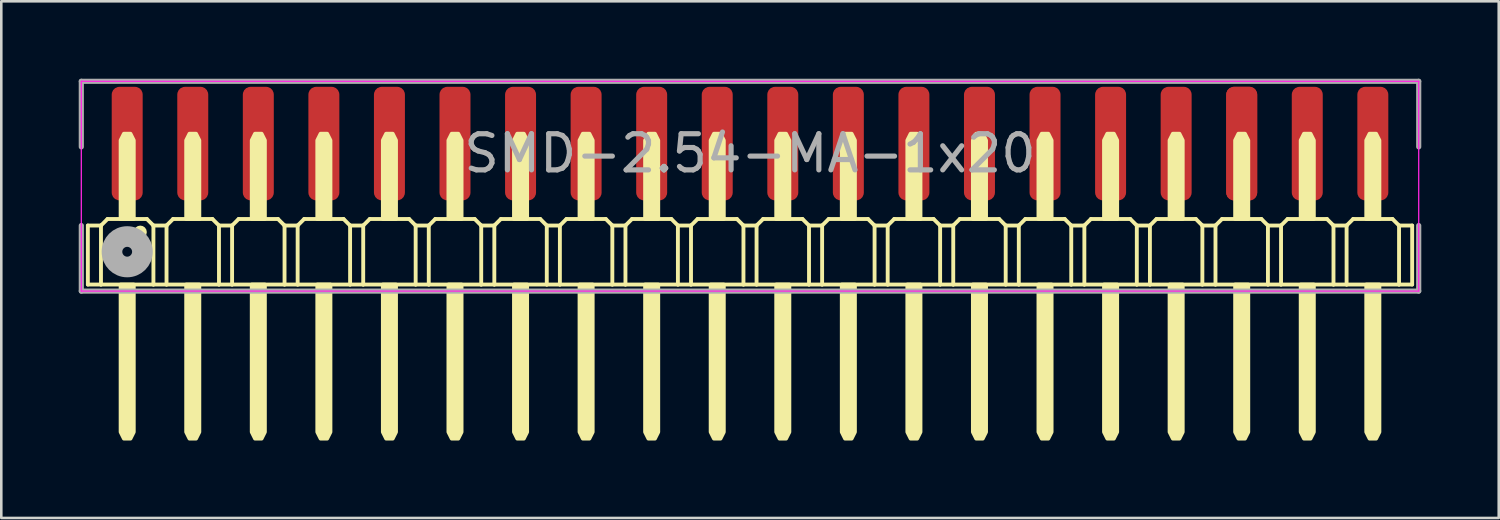
<source format=kicad_pcb>
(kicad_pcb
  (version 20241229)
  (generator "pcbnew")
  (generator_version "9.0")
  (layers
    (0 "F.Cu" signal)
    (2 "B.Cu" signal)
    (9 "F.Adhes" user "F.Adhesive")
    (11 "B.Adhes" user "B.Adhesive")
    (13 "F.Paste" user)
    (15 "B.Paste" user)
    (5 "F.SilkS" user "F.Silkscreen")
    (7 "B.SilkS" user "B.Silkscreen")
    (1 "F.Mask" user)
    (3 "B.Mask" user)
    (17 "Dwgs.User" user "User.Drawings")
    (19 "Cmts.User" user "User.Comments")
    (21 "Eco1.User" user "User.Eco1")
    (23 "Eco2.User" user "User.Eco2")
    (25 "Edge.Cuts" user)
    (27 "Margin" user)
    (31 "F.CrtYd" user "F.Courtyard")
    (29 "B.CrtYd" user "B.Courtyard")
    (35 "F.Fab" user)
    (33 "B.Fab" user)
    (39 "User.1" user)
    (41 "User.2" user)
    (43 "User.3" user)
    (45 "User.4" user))
  (footprint "SMD-2.54-MA-1x20"
    (layer "F.Cu")
    (at 26.008 6.704)
    (property "Reference" "SMD-2.54-MA-1x20" (at 0 -3.81 180) (layer "F.Fab") (effects (font (size 1.4 1.4) (thickness 0.2))))
    (attr through_hole)
    (fp_line (start -25.654 -1.016) (end -25.654 1.27) (stroke (width 0.15) (type solid)) (layer "F.SilkS"))
    (fp_line (start -25.146 -1.016) (end -25.654 -1.016) (stroke (width 0.15) (type solid)) (layer "F.SilkS"))
    (fp_line (start -25.146 -1.016) (end -25.146 1.27) (stroke (width 0.15) (type solid)) (layer "F.SilkS"))
    (fp_line (start -25.146 1.27) (end -25.654 1.27) (stroke (width 0.15) (type solid)) (layer "F.SilkS"))
    (fp_line (start -25.146 1.27) (end -23.114 1.27) (stroke (width 0.15) (type solid)) (layer "F.SilkS"))
    (fp_line (start -24.892 -1.27) (end -25.146 -1.016) (stroke (width 0.15) (type solid)) (layer "F.SilkS"))
    (fp_line (start -23.368 -1.27) (end -24.892 -1.27) (stroke (width 0.15) (type solid)) (layer "F.SilkS"))
    (fp_line (start -23.114 -1.016) (end -23.368 -1.27) (stroke (width 0.15) (type solid)) (layer "F.SilkS"))
    (fp_line (start -23.114 1.27) (end -23.114 -1.016) (stroke (width 0.15) (type solid)) (layer "F.SilkS"))
    (fp_line (start -22.606 -1.016) (end -23.114 -1.016) (stroke (width 0.15) (type solid)) (layer "F.SilkS"))
    (fp_line (start -22.606 -1.016) (end -22.606 1.27) (stroke (width 0.15) (type solid)) (layer "F.SilkS"))
    (fp_line (start -22.606 1.27) (end -23.114 1.27) (stroke (width 0.15) (type solid)) (layer "F.SilkS"))
    (fp_line (start -22.606 1.27) (end -20.574 1.27) (stroke (width 0.15) (type solid)) (layer "F.SilkS"))
    (fp_line (start -22.352 -1.27) (end -22.606 -1.016) (stroke (width 0.15) (type solid)) (layer "F.SilkS"))
    (fp_line (start -20.828 -1.27) (end -22.352 -1.27) (stroke (width 0.15) (type solid)) (layer "F.SilkS"))
    (fp_line (start -20.574 -1.016) (end -20.828 -1.27) (stroke (width 0.15) (type solid)) (layer "F.SilkS"))
    (fp_line (start -20.574 1.27) (end -20.574 -1.016) (stroke (width 0.15) (type solid)) (layer "F.SilkS"))
    (fp_line (start -20.066 -1.016) (end -20.574 -1.016) (stroke (width 0.15) (type solid)) (layer "F.SilkS"))
    (fp_line (start -20.066 -1.016) (end -20.066 1.27) (stroke (width 0.15) (type solid)) (layer "F.SilkS"))
    (fp_line (start -20.066 1.27) (end -20.574 1.27) (stroke (width 0.15) (type solid)) (layer "F.SilkS"))
    (fp_line (start -20.066 1.27) (end -18.034 1.27) (stroke (width 0.15) (type solid)) (layer "F.SilkS"))
    (fp_line (start -19.812 -1.27) (end -20.066 -1.016) (stroke (width 0.15) (type solid)) (layer "F.SilkS"))
    (fp_line (start -18.288 -1.27) (end -19.812 -1.27) (stroke (width 0.15) (type solid)) (layer "F.SilkS"))
    (fp_line (start -18.034 -1.016) (end -18.288 -1.27) (stroke (width 0.15) (type solid)) (layer "F.SilkS"))
    (fp_line (start -18.034 1.27) (end -18.034 -1.016) (stroke (width 0.15) (type solid)) (layer "F.SilkS"))
    (fp_line (start -17.526 -1.016) (end -18.034 -1.016) (stroke (width 0.15) (type solid)) (layer "F.SilkS"))
    (fp_line (start -17.526 -1.016) (end -17.526 1.27) (stroke (width 0.15) (type solid)) (layer "F.SilkS"))
    (fp_line (start -17.526 1.27) (end -18.034 1.27) (stroke (width 0.15) (type solid)) (layer "F.SilkS"))
    (fp_line (start -17.526 1.27) (end -15.494 1.27) (stroke (width 0.15) (type solid)) (layer "F.SilkS"))
    (fp_line (start -17.272 -1.27) (end -17.526 -1.016) (stroke (width 0.15) (type solid)) (layer "F.SilkS"))
    (fp_line (start -15.748 -1.27) (end -17.272 -1.27) (stroke (width 0.15) (type solid)) (layer "F.SilkS"))
    (fp_line (start -15.494 -1.016) (end -15.748 -1.27) (stroke (width 0.15) (type solid)) (layer "F.SilkS"))
    (fp_line (start -15.494 1.27) (end -15.494 -1.016) (stroke (width 0.15) (type solid)) (layer "F.SilkS"))
    (fp_line (start -14.986 -1.016) (end -15.494 -1.016) (stroke (width 0.15) (type solid)) (layer "F.SilkS"))
    (fp_line (start -14.986 -1.016) (end -14.986 1.27) (stroke (width 0.15) (type solid)) (layer "F.SilkS"))
    (fp_line (start -14.986 1.27) (end -15.494 1.27) (stroke (width 0.15) (type solid)) (layer "F.SilkS"))
    (fp_line (start -14.986 1.27) (end -12.954 1.27) (stroke (width 0.15) (type solid)) (layer "F.SilkS"))
    (fp_line (start -14.732 -1.27) (end -14.986 -1.016) (stroke (width 0.15) (type solid)) (layer "F.SilkS"))
    (fp_line (start -13.208 -1.27) (end -14.732 -1.27) (stroke (width 0.15) (type solid)) (layer "F.SilkS"))
    (fp_line (start -12.954 -1.016) (end -13.208 -1.27) (stroke (width 0.15) (type solid)) (layer "F.SilkS"))
    (fp_line (start -12.954 1.27) (end -12.954 -1.016) (stroke (width 0.15) (type solid)) (layer "F.SilkS"))
    (fp_line (start -12.446 -1.016) (end -12.954 -1.016) (stroke (width 0.15) (type solid)) (layer "F.SilkS"))
    (fp_line (start -12.446 -1.016) (end -12.446 1.27) (stroke (width 0.15) (type solid)) (layer "F.SilkS"))
    (fp_line (start -12.446 1.27) (end -12.954 1.27) (stroke (width 0.15) (type solid)) (layer "F.SilkS"))
    (fp_line (start -12.446 1.27) (end -10.414 1.27) (stroke (width 0.15) (type solid)) (layer "F.SilkS"))
    (fp_line (start -12.192 -1.27) (end -12.446 -1.016) (stroke (width 0.15) (type solid)) (layer "F.SilkS"))
    (fp_line (start -10.668 -1.27) (end -12.192 -1.27) (stroke (width 0.15) (type solid)) (layer "F.SilkS"))
    (fp_line (start -10.414 -1.016) (end -10.668 -1.27) (stroke (width 0.15) (type solid)) (layer "F.SilkS"))
    (fp_line (start -10.414 1.27) (end -10.414 -1.016) (stroke (width 0.15) (type solid)) (layer "F.SilkS"))
    (fp_line (start -10.414 1.27) (end -9.906 1.27) (stroke (width 0.15) (type solid)) (layer "F.SilkS"))
    (fp_line (start -9.906 -1.016) (end -10.414 -1.016) (stroke (width 0.15) (type solid)) (layer "F.SilkS"))
    (fp_line (start -9.906 -1.016) (end -9.906 1.27) (stroke (width 0.15) (type solid)) (layer "F.SilkS"))
    (fp_line (start -9.906 1.27) (end -7.874 1.27) (stroke (width 0.15) (type solid)) (layer "F.SilkS"))
    (fp_line (start -9.652 -1.27) (end -9.906 -1.016) (stroke (width 0.15) (type solid)) (layer "F.SilkS"))
    (fp_line (start -8.128 -1.27) (end -9.652 -1.27) (stroke (width 0.15) (type solid)) (layer "F.SilkS"))
    (fp_line (start -7.874 -1.016) (end -8.128 -1.27) (stroke (width 0.15) (type solid)) (layer "F.SilkS"))
    (fp_line (start -7.874 1.27) (end -7.874 -1.016) (stroke (width 0.15) (type solid)) (layer "F.SilkS"))
    (fp_line (start -7.366 -1.016) (end -7.874 -1.016) (stroke (width 0.15) (type solid)) (layer "F.SilkS"))
    (fp_line (start -7.366 -1.016) (end -7.366 1.27) (stroke (width 0.15) (type solid)) (layer "F.SilkS"))
    (fp_line (start -7.366 1.27) (end -7.874 1.27) (stroke (width 0.15) (type solid)) (layer "F.SilkS"))
    (fp_line (start -7.366 1.27) (end -5.334 1.27) (stroke (width 0.15) (type solid)) (layer "F.SilkS"))
    (fp_line (start -7.112 -1.27) (end -7.366 -1.016) (stroke (width 0.15) (type solid)) (layer "F.SilkS"))
    (fp_line (start -5.588 -1.27) (end -7.112 -1.27) (stroke (width 0.15) (type solid)) (layer "F.SilkS"))
    (fp_line (start -5.334 -1.016) (end -5.588 -1.27) (stroke (width 0.15) (type solid)) (layer "F.SilkS"))
    (fp_line (start -5.334 1.27) (end -5.334 -1.016) (stroke (width 0.15) (type solid)) (layer "F.SilkS"))
    (fp_line (start -5.334 1.27) (end -4.826 1.27) (stroke (width 0.15) (type solid)) (layer "F.SilkS"))
    (fp_line (start -4.826 -1.016) (end -5.334 -1.016) (stroke (width 0.15) (type solid)) (layer "F.SilkS"))
    (fp_line (start -4.826 -1.016) (end -4.826 1.27) (stroke (width 0.15) (type solid)) (layer "F.SilkS"))
    (fp_line (start -4.826 1.27) (end -2.794 1.27) (stroke (width 0.15) (type solid)) (layer "F.SilkS"))
    (fp_line (start -4.572 -1.27) (end -4.826 -1.016) (stroke (width 0.15) (type solid)) (layer "F.SilkS"))
    (fp_line (start -3.048 -1.27) (end -4.572 -1.27) (stroke (width 0.15) (type solid)) (layer "F.SilkS"))
    (fp_line (start -2.794 -1.016) (end -3.048 -1.27) (stroke (width 0.15) (type solid)) (layer "F.SilkS"))
    (fp_line (start -2.794 1.27) (end -2.794 -1.016) (stroke (width 0.15) (type solid)) (layer "F.SilkS"))
    (fp_line (start -2.286 -1.016) (end -2.794 -1.016) (stroke (width 0.15) (type solid)) (layer "F.SilkS"))
    (fp_line (start -2.286 -1.016) (end -2.286 1.27) (stroke (width 0.15) (type solid)) (layer "F.SilkS"))
    (fp_line (start -2.286 1.27) (end -2.794 1.27) (stroke (width 0.15) (type solid)) (layer "F.SilkS"))
    (fp_line (start -2.286 1.27) (end -0.254 1.27) (stroke (width 0.15) (type solid)) (layer "F.SilkS"))
    (fp_line (start -2.032 -1.27) (end -2.286 -1.016) (stroke (width 0.15) (type solid)) (layer "F.SilkS"))
    (fp_line (start -0.508 -1.27) (end -2.032 -1.27) (stroke (width 0.15) (type solid)) (layer "F.SilkS"))
    (fp_line (start -0.254 -1.016) (end -0.508 -1.27) (stroke (width 0.15) (type solid)) (layer "F.SilkS"))
    (fp_line (start -0.254 1.27) (end -0.254 -1.016) (stroke (width 0.15) (type solid)) (layer "F.SilkS"))
    (fp_line (start 0.254 -1.016) (end -0.254 -1.016) (stroke (width 0.15) (type solid)) (layer "F.SilkS"))
    (fp_line (start 0.254 -1.016) (end 0.254 1.27) (stroke (width 0.15) (type solid)) (layer "F.SilkS"))
    (fp_line (start 0.254 1.27) (end -0.254 1.27) (stroke (width 0.15) (type solid)) (layer "F.SilkS"))
    (fp_line (start 0.254 1.27) (end 2.286 1.27) (stroke (width 0.15) (type solid)) (layer "F.SilkS"))
    (fp_line (start 0.508 -1.27) (end 0.254 -1.016) (stroke (width 0.15) (type solid)) (layer "F.SilkS"))
    (fp_line (start 2.032 -1.27) (end 0.508 -1.27) (stroke (width 0.15) (type solid)) (layer "F.SilkS"))
    (fp_line (start 2.286 -1.016) (end 2.032 -1.27) (stroke (width 0.15) (type solid)) (layer "F.SilkS"))
    (fp_line (start 2.286 1.27) (end 2.286 -1.016) (stroke (width 0.15) (type solid)) (layer "F.SilkS"))
    (fp_line (start 2.794 -1.016) (end 2.286 -1.016) (stroke (width 0.15) (type solid)) (layer "F.SilkS"))
    (fp_line (start 2.794 -1.016) (end 2.794 1.27) (stroke (width 0.15) (type solid)) (layer "F.SilkS"))
    (fp_line (start 2.794 1.27) (end 2.286 1.27) (stroke (width 0.15) (type solid)) (layer "F.SilkS"))
    (fp_line (start 2.794 1.27) (end 4.826 1.27) (stroke (width 0.15) (type solid)) (layer "F.SilkS"))
    (fp_line (start 3.048 -1.27) (end 2.794 -1.016) (stroke (width 0.15) (type solid)) (layer "F.SilkS"))
    (fp_line (start 4.572 -1.27) (end 3.048 -1.27) (stroke (width 0.15) (type solid)) (layer "F.SilkS"))
    (fp_line (start 4.826 -1.016) (end 4.572 -1.27) (stroke (width 0.15) (type solid)) (layer "F.SilkS"))
    (fp_line (start 4.826 1.27) (end 4.826 -1.016) (stroke (width 0.15) (type solid)) (layer "F.SilkS"))
    (fp_line (start 5.334 -1.016) (end 4.826 -1.016) (stroke (width 0.15) (type solid)) (layer "F.SilkS"))
    (fp_line (start 5.334 -1.016) (end 5.334 1.27) (stroke (width 0.15) (type solid)) (layer "F.SilkS"))
    (fp_line (start 5.334 1.27) (end 4.826 1.27) (stroke (width 0.15) (type solid)) (layer "F.SilkS"))
    (fp_line (start 5.334 1.27) (end 7.366 1.27) (stroke (width 0.15) (type solid)) (layer "F.SilkS"))
    (fp_line (start 5.588 -1.27) (end 5.334 -1.016) (stroke (width 0.15) (type solid)) (layer "F.SilkS"))
    (fp_line (start 7.112 -1.27) (end 5.588 -1.27) (stroke (width 0.15) (type solid)) (layer "F.SilkS"))
    (fp_line (start 7.366 -1.016) (end 7.112 -1.27) (stroke (width 0.15) (type solid)) (layer "F.SilkS"))
    (fp_line (start 7.366 1.27) (end 7.366 -1.016) (stroke (width 0.15) (type solid)) (layer "F.SilkS"))
    (fp_line (start 7.874 -1.016) (end 7.366 -1.016) (stroke (width 0.15) (type solid)) (layer "F.SilkS"))
    (fp_line (start 7.874 -1.016) (end 7.874 1.27) (stroke (width 0.15) (type solid)) (layer "F.SilkS"))
    (fp_line (start 7.874 1.27) (end 7.366 1.27) (stroke (width 0.15) (type solid)) (layer "F.SilkS"))
    (fp_line (start 7.874 1.27) (end 9.906 1.27) (stroke (width 0.15) (type solid)) (layer "F.SilkS"))
    (fp_line (start 8.128 -1.27) (end 7.874 -1.016) (stroke (width 0.15) (type solid)) (layer "F.SilkS"))
    (fp_line (start 9.652 -1.27) (end 8.128 -1.27) (stroke (width 0.15) (type solid)) (layer "F.SilkS"))
    (fp_line (start 9.906 -1.016) (end 9.652 -1.27) (stroke (width 0.15) (type solid)) (layer "F.SilkS"))
    (fp_line (start 9.906 1.27) (end 9.906 -1.016) (stroke (width 0.15) (type solid)) (layer "F.SilkS"))
    (fp_line (start 10.414 -1.016) (end 9.906 -1.016) (stroke (width 0.15) (type solid)) (layer "F.SilkS"))
    (fp_line (start 10.414 -1.016) (end 10.414 1.27) (stroke (width 0.15) (type solid)) (layer "F.SilkS"))
    (fp_line (start 10.414 1.27) (end 9.906 1.27) (stroke (width 0.15) (type solid)) (layer "F.SilkS"))
    (fp_line (start 10.414 1.27) (end 12.446 1.27) (stroke (width 0.15) (type solid)) (layer "F.SilkS"))
    (fp_line (start 10.668 -1.27) (end 10.414 -1.016) (stroke (width 0.15) (type solid)) (layer "F.SilkS"))
    (fp_line (start 12.192 -1.27) (end 10.668 -1.27) (stroke (width 0.15) (type solid)) (layer "F.SilkS"))
    (fp_line (start 12.446 -1.016) (end 12.192 -1.27) (stroke (width 0.15) (type solid)) (layer "F.SilkS"))
    (fp_line (start 12.446 1.27) (end 12.446 -1.016) (stroke (width 0.15) (type solid)) (layer "F.SilkS"))
    (fp_line (start 12.954 -1.016) (end 12.446 -1.016) (stroke (width 0.15) (type solid)) (layer "F.SilkS"))
    (fp_line (start 12.954 -1.016) (end 12.954 1.27) (stroke (width 0.15) (type solid)) (layer "F.SilkS"))
    (fp_line (start 12.954 1.27) (end 12.446 1.27) (stroke (width 0.15) (type solid)) (layer "F.SilkS"))
    (fp_line (start 12.954 1.27) (end 14.986 1.27) (stroke (width 0.15) (type solid)) (layer "F.SilkS"))
    (fp_line (start 13.208 -1.27) (end 12.954 -1.016) (stroke (width 0.15) (type solid)) (layer "F.SilkS"))
    (fp_line (start 14.732 -1.27) (end 13.208 -1.27) (stroke (width 0.15) (type solid)) (layer "F.SilkS"))
    (fp_line (start 14.986 -1.016) (end 14.732 -1.27) (stroke (width 0.15) (type solid)) (layer "F.SilkS"))
    (fp_line (start 14.986 1.27) (end 14.986 -1.016) (stroke (width 0.15) (type solid)) (layer "F.SilkS"))
    (fp_line (start 14.986 1.27) (end 15.494 1.27) (stroke (width 0.15) (type solid)) (layer "F.SilkS"))
    (fp_line (start 15.494 -1.016) (end 14.986 -1.016) (stroke (width 0.15) (type solid)) (layer "F.SilkS"))
    (fp_line (start 15.494 -1.016) (end 15.494 1.27) (stroke (width 0.15) (type solid)) (layer "F.SilkS"))
    (fp_line (start 15.494 1.27) (end 17.526 1.27) (stroke (width 0.15) (type solid)) (layer "F.SilkS"))
    (fp_line (start 15.748 -1.27) (end 15.494 -1.016) (stroke (width 0.15) (type solid)) (layer "F.SilkS"))
    (fp_line (start 17.272 -1.27) (end 15.748 -1.27) (stroke (width 0.15) (type solid)) (layer "F.SilkS"))
    (fp_line (start 17.526 -1.016) (end 17.272 -1.27) (stroke (width 0.15) (type solid)) (layer "F.SilkS"))
    (fp_line (start 17.526 1.27) (end 17.526 -1.016) (stroke (width 0.15) (type solid)) (layer "F.SilkS"))
    (fp_line (start 18.034 -1.016) (end 17.526 -1.016) (stroke (width 0.15) (type solid)) (layer "F.SilkS"))
    (fp_line (start 18.034 -1.016) (end 18.034 1.27) (stroke (width 0.15) (type solid)) (layer "F.SilkS"))
    (fp_line (start 18.034 1.27) (end 17.526 1.27) (stroke (width 0.15) (type solid)) (layer "F.SilkS"))
    (fp_line (start 18.034 1.27) (end 20.066 1.27) (stroke (width 0.15) (type solid)) (layer "F.SilkS"))
    (fp_line (start 18.288 -1.27) (end 18.034 -1.016) (stroke (width 0.15) (type solid)) (layer "F.SilkS"))
    (fp_line (start 19.812 -1.27) (end 18.288 -1.27) (stroke (width 0.15) (type solid)) (layer "F.SilkS"))
    (fp_line (start 20.066 -1.016) (end 19.812 -1.27) (stroke (width 0.15) (type solid)) (layer "F.SilkS"))
    (fp_line (start 20.066 1.27) (end 20.066 -1.016) (stroke (width 0.15) (type solid)) (layer "F.SilkS"))
    (fp_line (start 20.066 1.27) (end 20.574 1.27) (stroke (width 0.15) (type solid)) (layer "F.SilkS"))
    (fp_line (start 20.574 -1.016) (end 20.066 -1.016) (stroke (width 0.15) (type solid)) (layer "F.SilkS"))
    (fp_line (start 20.574 -1.016) (end 20.574 1.27) (stroke (width 0.15) (type solid)) (layer "F.SilkS"))
    (fp_line (start 20.574 1.27) (end 22.606 1.27) (stroke (width 0.15) (type solid)) (layer "F.SilkS"))
    (fp_line (start 20.828 -1.27) (end 20.574 -1.016) (stroke (width 0.15) (type solid)) (layer "F.SilkS"))
    (fp_line (start 22.352 -1.27) (end 20.828 -1.27) (stroke (width 0.15) (type solid)) (layer "F.SilkS"))
    (fp_line (start 22.606 -1.016) (end 22.352 -1.27) (stroke (width 0.15) (type solid)) (layer "F.SilkS"))
    (fp_line (start 22.606 1.27) (end 22.606 -1.016) (stroke (width 0.15) (type solid)) (layer "F.SilkS"))
    (fp_line (start 23.114 -1.016) (end 22.606 -1.016) (stroke (width 0.15) (type solid)) (layer "F.SilkS"))
    (fp_line (start 23.114 -1.016) (end 23.114 1.27) (stroke (width 0.15) (type solid)) (layer "F.SilkS"))
    (fp_line (start 23.114 1.27) (end 22.606 1.27) (stroke (width 0.15) (type solid)) (layer "F.SilkS"))
    (fp_line (start 23.114 1.27) (end 25.146 1.27) (stroke (width 0.15) (type solid)) (layer "F.SilkS"))
    (fp_line (start 23.368 -1.27) (end 23.114 -1.016) (stroke (width 0.15) (type solid)) (layer "F.SilkS"))
    (fp_line (start 24.892 -1.27) (end 23.368 -1.27) (stroke (width 0.15) (type solid)) (layer "F.SilkS"))
    (fp_line (start 25.146 -1.016) (end 24.892 -1.27) (stroke (width 0.15) (type solid)) (layer "F.SilkS"))
    (fp_line (start 25.146 1.27) (end 25.146 -1.016) (stroke (width 0.15) (type solid)) (layer "F.SilkS"))
    (fp_line (start 25.146 1.27) (end 25.654 1.27) (stroke (width 0.15) (type solid)) (layer "F.SilkS"))
    (fp_line (start 25.654 -1.016) (end 25.146 -1.016) (stroke (width 0.15) (type solid)) (layer "F.SilkS"))
    (fp_line (start 25.654 1.27) (end 25.654 -1.016) (stroke (width 0.15) (type solid)) (layer "F.SilkS"))
    (fp_circle (center -23.622 -0.762) (end -23.622 -0.635) (stroke (width 0.25) (type solid)) (fill no) (layer "F.SilkS"))
    (fp_poly (pts (xy -24.384 -1.27) (xy -24.384 -4.318) (xy -24.257 -4.572) (xy -24.003 -4.572) (xy -23.876 -4.318) (xy -23.876 -1.27)) (stroke (width 0.15) (type solid)) (fill yes) (layer "F.SilkS"))
    (fp_poly (pts (xy -24.384 1.27) (xy -24.384 6.985) (xy -24.257 7.239) (xy -24.003 7.239) (xy -23.876 6.985) (xy -23.876 1.27)) (stroke (width 0.15) (type solid)) (fill yes) (layer "F.SilkS"))
    (fp_poly (pts (xy -21.844 -1.27) (xy -21.844 -4.318) (xy -21.717 -4.572) (xy -21.463 -4.572) (xy -21.336 -4.318) (xy -21.336 -1.27)) (stroke (width 0.15) (type solid)) (fill yes) (layer "F.SilkS"))
    (fp_poly (pts (xy -21.844 1.27) (xy -21.844 6.985) (xy -21.717 7.239) (xy -21.463 7.239) (xy -21.336 6.985) (xy -21.336 1.27)) (stroke (width 0.15) (type solid)) (fill yes) (layer "F.SilkS"))
    (fp_poly (pts (xy -19.304 -1.27) (xy -19.304 -4.318) (xy -19.177 -4.572) (xy -18.923 -4.572) (xy -18.796 -4.318) (xy -18.796 -1.27)) (stroke (width 0.15) (type solid)) (fill yes) (layer "F.SilkS"))
    (fp_poly (pts (xy -19.304 1.27) (xy -19.304 6.985) (xy -19.177 7.239) (xy -18.923 7.239) (xy -18.796 6.985) (xy -18.796 1.27)) (stroke (width 0.15) (type solid)) (fill yes) (layer "F.SilkS"))
    (fp_poly (pts (xy -16.764 -1.27) (xy -16.764 -4.318) (xy -16.637 -4.572) (xy -16.383 -4.572) (xy -16.256 -4.318) (xy -16.256 -1.27)) (stroke (width 0.15) (type solid)) (fill yes) (layer "F.SilkS"))
    (fp_poly (pts (xy -16.764 1.27) (xy -16.764 6.985) (xy -16.637 7.239) (xy -16.383 7.239) (xy -16.256 6.985) (xy -16.256 1.27)) (stroke (width 0.15) (type solid)) (fill yes) (layer "F.SilkS"))
    (fp_poly (pts (xy -14.224 -1.27) (xy -14.224 -4.318) (xy -14.097 -4.572) (xy -13.843 -4.572) (xy -13.716 -4.318) (xy -13.716 -1.27)) (stroke (width 0.15) (type solid)) (fill yes) (layer "F.SilkS"))
    (fp_poly (pts (xy -14.224 1.27) (xy -14.224 6.985) (xy -14.097 7.239) (xy -13.843 7.239) (xy -13.716 6.985) (xy -13.716 1.27)) (stroke (width 0.15) (type solid)) (fill yes) (layer "F.SilkS"))
    (fp_poly (pts (xy -11.684 -1.27) (xy -11.684 -4.318) (xy -11.557 -4.572) (xy -11.303 -4.572) (xy -11.176 -4.318) (xy -11.176 -1.27)) (stroke (width 0.15) (type solid)) (fill yes) (layer "F.SilkS"))
    (fp_poly (pts (xy -11.684 1.27) (xy -11.684 6.985) (xy -11.557 7.239) (xy -11.303 7.239) (xy -11.176 6.985) (xy -11.176 1.27)) (stroke (width 0.15) (type solid)) (fill yes) (layer "F.SilkS"))
    (fp_poly (pts (xy -9.144 -1.27) (xy -9.144 -4.318) (xy -9.017 -4.572) (xy -8.763 -4.572) (xy -8.636 -4.318) (xy -8.636 -1.27)) (stroke (width 0.15) (type solid)) (fill yes) (layer "F.SilkS"))
    (fp_poly (pts (xy -9.144 1.27) (xy -9.144 6.985) (xy -9.017 7.239) (xy -8.763 7.239) (xy -8.636 6.985) (xy -8.636 1.27)) (stroke (width 0.15) (type solid)) (fill yes) (layer "F.SilkS"))
    (fp_poly (pts (xy -6.604 -1.27) (xy -6.604 -4.318) (xy -6.477 -4.572) (xy -6.223 -4.572) (xy -6.096 -4.318) (xy -6.096 -1.27)) (stroke (width 0.15) (type solid)) (fill yes) (layer "F.SilkS"))
    (fp_poly (pts (xy -6.604 1.27) (xy -6.604 6.985) (xy -6.477 7.239) (xy -6.223 7.239) (xy -6.096 6.985) (xy -6.096 1.27)) (stroke (width 0.15) (type solid)) (fill yes) (layer "F.SilkS"))
    (fp_poly (pts (xy -4.064 -1.27) (xy -4.064 -4.318) (xy -3.937 -4.572) (xy -3.683 -4.572) (xy -3.556 -4.318) (xy -3.556 -1.27)) (stroke (width 0.15) (type solid)) (fill yes) (layer "F.SilkS"))
    (fp_poly (pts (xy -4.064 1.27) (xy -4.064 6.985) (xy -3.937 7.239) (xy -3.683 7.239) (xy -3.556 6.985) (xy -3.556 1.27)) (stroke (width 0.15) (type solid)) (fill yes) (layer "F.SilkS"))
    (fp_poly (pts (xy -1.524 -1.27) (xy -1.524 -4.318) (xy -1.397 -4.572) (xy -1.143 -4.572) (xy -1.016 -4.318) (xy -1.016 -1.27)) (stroke (width 0.15) (type solid)) (fill yes) (layer "F.SilkS"))
    (fp_poly (pts (xy -1.524 1.27) (xy -1.524 6.985) (xy -1.397 7.239) (xy -1.143 7.239) (xy -1.016 6.985) (xy -1.016 1.27)) (stroke (width 0.15) (type solid)) (fill yes) (layer "F.SilkS"))
    (fp_poly (pts (xy 1.016 -1.27) (xy 1.016 -4.318) (xy 1.143 -4.572) (xy 1.397 -4.572) (xy 1.524 -4.318) (xy 1.524 -1.27)) (stroke (width 0.15) (type solid)) (fill yes) (layer "F.SilkS"))
    (fp_poly (pts (xy 1.016 1.27) (xy 1.016 6.985) (xy 1.143 7.239) (xy 1.397 7.239) (xy 1.524 6.985) (xy 1.524 1.27)) (stroke (width 0.15) (type solid)) (fill yes) (layer "F.SilkS"))
    (fp_poly (pts (xy 3.556 -1.27) (xy 3.556 -4.318) (xy 3.683 -4.572) (xy 3.937 -4.572) (xy 4.064 -4.318) (xy 4.064 -1.27)) (stroke (width 0.15) (type solid)) (fill yes) (layer "F.SilkS"))
    (fp_poly (pts (xy 3.556 1.27) (xy 3.556 6.985) (xy 3.683 7.239) (xy 3.937 7.239) (xy 4.064 6.985) (xy 4.064 1.27)) (stroke (width 0.15) (type solid)) (fill yes) (layer "F.SilkS"))
    (fp_poly (pts (xy 6.096 -1.27) (xy 6.096 -4.318) (xy 6.223 -4.572) (xy 6.477 -4.572) (xy 6.604 -4.318) (xy 6.604 -1.27)) (stroke (width 0.15) (type solid)) (fill yes) (layer "F.SilkS"))
    (fp_poly (pts (xy 6.096 1.27) (xy 6.096 6.985) (xy 6.223 7.239) (xy 6.477 7.239) (xy 6.604 6.985) (xy 6.604 1.27)) (stroke (width 0.15) (type solid)) (fill yes) (layer "F.SilkS"))
    (fp_poly (pts (xy 8.636 -1.27) (xy 8.636 -4.318) (xy 8.763 -4.572) (xy 9.017 -4.572) (xy 9.144 -4.318) (xy 9.144 -1.27)) (stroke (width 0.15) (type solid)) (fill yes) (layer "F.SilkS"))
    (fp_poly (pts (xy 8.636 1.27) (xy 8.636 6.985) (xy 8.763 7.239) (xy 9.017 7.239) (xy 9.144 6.985) (xy 9.144 1.27)) (stroke (width 0.15) (type solid)) (fill yes) (layer "F.SilkS"))
    (fp_poly (pts (xy 11.176 -1.27) (xy 11.176 -4.318) (xy 11.303 -4.572) (xy 11.557 -4.572) (xy 11.684 -4.318) (xy 11.684 -1.27)) (stroke (width 0.15) (type solid)) (fill yes) (layer "F.SilkS"))
    (fp_poly (pts (xy 11.176 1.27) (xy 11.176 6.985) (xy 11.303 7.239) (xy 11.557 7.239) (xy 11.684 6.985) (xy 11.684 1.27)) (stroke (width 0.15) (type solid)) (fill yes) (layer "F.SilkS"))
    (fp_poly (pts (xy 13.716 -1.27) (xy 13.716 -4.318) (xy 13.843 -4.572) (xy 14.097 -4.572) (xy 14.224 -4.318) (xy 14.224 -1.27)) (stroke (width 0.15) (type solid)) (fill yes) (layer "F.SilkS"))
    (fp_poly (pts (xy 13.716 1.27) (xy 13.716 6.985) (xy 13.843 7.239) (xy 14.097 7.239) (xy 14.224 6.985) (xy 14.224 1.27)) (stroke (width 0.15) (type solid)) (fill yes) (layer "F.SilkS"))
    (fp_poly (pts (xy 16.256 -1.27) (xy 16.256 -4.318) (xy 16.383 -4.572) (xy 16.637 -4.572) (xy 16.764 -4.318) (xy 16.764 -1.27)) (stroke (width 0.15) (type solid)) (fill yes) (layer "F.SilkS"))
    (fp_poly (pts (xy 16.256 1.27) (xy 16.256 6.985) (xy 16.383 7.239) (xy 16.637 7.239) (xy 16.764 6.985) (xy 16.764 1.27)) (stroke (width 0.15) (type solid)) (fill yes) (layer "F.SilkS"))
    (fp_poly (pts (xy 18.796 -1.27) (xy 18.796 -4.318) (xy 18.923 -4.572) (xy 19.177 -4.572) (xy 19.304 -4.318) (xy 19.304 -1.27)) (stroke (width 0.15) (type solid)) (fill yes) (layer "F.SilkS"))
    (fp_poly (pts (xy 18.796 1.27) (xy 18.796 6.985) (xy 18.923 7.239) (xy 19.177 7.239) (xy 19.304 6.985) (xy 19.304 1.27)) (stroke (width 0.15) (type solid)) (fill yes) (layer "F.SilkS"))
    (fp_poly (pts (xy 21.336 -1.27) (xy 21.336 -4.318) (xy 21.463 -4.572) (xy 21.717 -4.572) (xy 21.844 -4.318) (xy 21.844 -1.27)) (stroke (width 0.15) (type solid)) (fill yes) (layer "F.SilkS"))
    (fp_poly (pts (xy 21.336 1.27) (xy 21.336 6.985) (xy 21.463 7.239) (xy 21.717 7.239) (xy 21.844 6.985) (xy 21.844 1.27)) (stroke (width 0.15) (type solid)) (fill yes) (layer "F.SilkS"))
    (fp_poly (pts (xy 23.876 -1.27) (xy 23.876 -4.318) (xy 24.003 -4.572) (xy 24.257 -4.572) (xy 24.384 -4.318) (xy 24.384 -1.27)) (stroke (width 0.15) (type solid)) (fill yes) (layer "F.SilkS"))
    (fp_poly (pts (xy 23.876 1.27) (xy 23.876 6.985) (xy 24.003 7.239) (xy 24.257 7.239) (xy 24.384 6.985) (xy 24.384 1.27)) (stroke (width 0.15) (type solid)) (fill yes) (layer "F.SilkS"))
    (fp_line (start -25.908 -6.604) (end 25.908 -6.604) (stroke (width 0.05) (type solid)) (layer "F.CrtYd"))
    (fp_line (start -25.908 1.524) (end -25.908 -6.604) (stroke (width 0.05) (type solid)) (layer "F.CrtYd"))
    (fp_line (start 25.908 -6.604) (end 25.908 1.524) (stroke (width 0.05) (type solid)) (layer "F.CrtYd"))
    (fp_line (start 25.908 1.524) (end -25.908 1.524) (stroke (width 0.05) (type solid)) (layer "F.CrtYd"))
    (fp_line (start -25.908 -6.604) (end 25.908 -6.604) (stroke (width 0.2) (type solid)) (layer "F.Fab"))
    (fp_line (start -25.908 -4.064) (end -25.908 -6.604) (stroke (width 0.2) (type solid)) (layer "F.Fab"))
    (fp_line (start -25.908 1.524) (end -25.908 -1.016) (stroke (width 0.2) (type solid)) (layer "F.Fab"))
    (fp_line (start 25.908 -4.064) (end 25.908 -6.604) (stroke (width 0.2) (type solid)) (layer "F.Fab"))
    (fp_line (start 25.908 1.524) (end -25.908 1.524) (stroke (width 0.2) (type solid)) (layer "F.Fab"))
    (fp_line (start 25.908 1.524) (end 25.908 -1.016) (stroke (width 0.2) (type solid)) (layer "F.Fab"))
    (fp_circle (center -24.13 0) (end -24.32 0) (stroke (width 0.8) (type solid)) (fill no) (layer "F.Fab"))
    (pad "1" smd roundrect (at -24.13 -4.191 270) (size 4.4 1.2) (layers "F.Cu" "F.Mask" "F.Paste") (roundrect_rratio 0.25))
    (pad "2" smd roundrect (at -21.59 -4.191 270) (size 4.4 1.2) (layers "F.Cu" "F.Mask" "F.Paste") (roundrect_rratio 0.25))
    (pad "3" smd roundrect (at -19.05 -4.191 270) (size 4.4 1.2) (layers "F.Cu" "F.Mask" "F.Paste") (roundrect_rratio 0.25))
    (pad "4" smd roundrect (at -16.51 -4.191 270) (size 4.4 1.2) (layers "F.Cu" "F.Mask" "F.Paste") (roundrect_rratio 0.25))
    (pad "5" smd roundrect (at -13.97 -4.191 270) (size 4.4 1.2) (layers "F.Cu" "F.Mask" "F.Paste") (roundrect_rratio 0.25))
    (pad "6" smd roundrect (at -11.43 -4.191 270) (size 4.4 1.2) (layers "F.Cu" "F.Mask" "F.Paste") (roundrect_rratio 0.25))
    (pad "7" smd roundrect (at -8.89 -4.191 270) (size 4.4 1.2) (layers "F.Cu" "F.Mask" "F.Paste") (roundrect_rratio 0.25))
    (pad "8" smd roundrect (at -6.35 -4.191 270) (size 4.4 1.2) (layers "F.Cu" "F.Mask" "F.Paste") (roundrect_rratio 0.25))
    (pad "9" smd roundrect (at -3.81 -4.191 270) (size 4.4 1.2) (layers "F.Cu" "F.Mask" "F.Paste") (roundrect_rratio 0.25))
    (pad "10" smd roundrect (at -1.27 -4.191 270) (size 4.4 1.2) (layers "F.Cu" "F.Mask" "F.Paste") (roundrect_rratio 0.25))
    (pad "11" smd roundrect (at 1.27 -4.191 270) (size 4.4 1.2) (layers "F.Cu" "F.Mask" "F.Paste") (roundrect_rratio 0.25))
    (pad "12" smd roundrect (at 3.81 -4.191 270) (size 4.4 1.2) (layers "F.Cu" "F.Mask" "F.Paste") (roundrect_rratio 0.25))
    (pad "13" smd roundrect (at 6.35 -4.191 270) (size 4.4 1.2) (layers "F.Cu" "F.Mask" "F.Paste") (roundrect_rratio 0.25))
    (pad "14" smd roundrect (at 8.89 -4.191 270) (size 4.4 1.2) (layers "F.Cu" "F.Mask" "F.Paste") (roundrect_rratio 0.25))
    (pad "15" smd roundrect (at 11.43 -4.191 270) (size 4.4 1.2) (layers "F.Cu" "F.Mask" "F.Paste") (roundrect_rratio 0.25))
    (pad "16" smd roundrect (at 13.97 -4.191 270) (size 4.4 1.2) (layers "F.Cu" "F.Mask" "F.Paste") (roundrect_rratio 0.25))
    (pad "17" smd roundrect (at 16.51 -4.191 270) (size 4.4 1.2) (layers "F.Cu" "F.Mask" "F.Paste") (roundrect_rratio 0.25))
    (pad "18" smd roundrect (at 19.05 -4.191 270) (size 4.4 1.2) (layers "F.Cu" "F.Mask" "F.Paste") (roundrect_rratio 0.25))
    (pad "19" smd roundrect (at 19.05 -4.191 270) (size 4.4 1.2) (layers "F.Cu" "F.Mask" "F.Paste") (roundrect_rratio 0.25))
    (pad "19" smd roundrect (at 21.59 -4.191 270) (size 4.4 1.2) (layers "F.Cu" "F.Mask" "F.Paste") (roundrect_rratio 0.25))
    (pad "20" smd roundrect (at 24.13 -4.191 270) (size 4.4 1.2) (layers "F.Cu" "F.Mask" "F.Paste") (roundrect_rratio 0.25)))
  (gr_rect
    (start -3 -3)
    (end 55.016 17.018)
    (stroke (width 0.1) (type default))
    (fill no)
    (layer "Edge.Cuts")))
</source>
